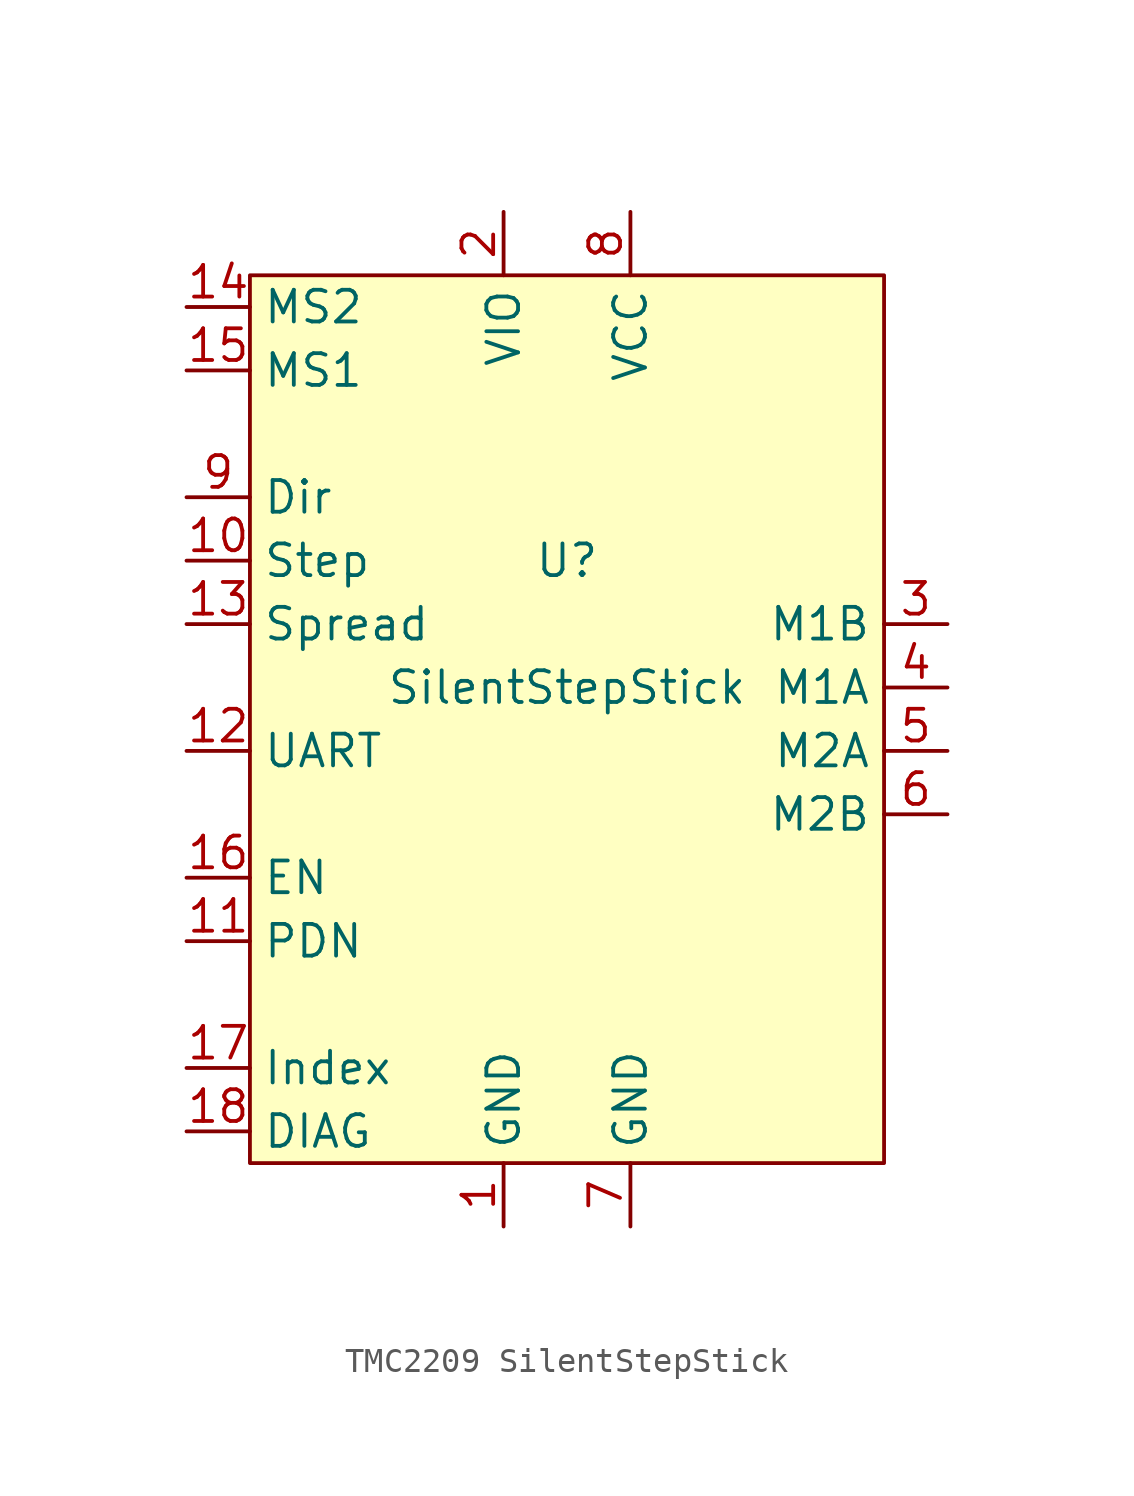
<source format=kicad_sym>
(kicad_symbol_lib
  (version 20231120)
  (generator "kicad_symbol_editor")
  (generator_version "8.0")
  (symbol "TMC2209 SilentStepStick"
    (property "Reference" "U"
      (at 0 6.35 0)
      (effects (font (size 1.27 1.27))))
    (property "Value" "SilentStepStick"
      (at 0 1.27 0)
      (effects (font (size 1.27 1.27))))
    (symbol "TMC2209 SilentStepStick_0_1"
      (rectangle (start -12.7 17.78) (end 12.7 -17.78) (stroke (width 0) (type default)) (fill (type background))))
    (symbol "TMC2209 SilentStepStick_1_1"
      (pin power_in line (at -2.54 -20.32 90) (length 2.54) (name "GND" (effects (font (size 1.27 1.27)))) (number "1" (effects (font (size 1.27 1.27)))))
      (pin input line (at -15.24 6.35 0) (length 2.54) (name "Step" (effects (font (size 1.27 1.27)))) (number "10" (effects (font (size 1.27 1.27)))))
      (pin input line (at -15.24 -8.89 0) (length 2.54) (name "PDN" (effects (font (size 1.27 1.27)))) (number "11" (effects (font (size 1.27 1.27)))))
      (pin bidirectional line (at -15.24 -1.27 0) (length 2.54) (name "UART" (effects (font (size 1.27 1.27)))) (number "12" (effects (font (size 1.27 1.27)))))
      (pin input line (at -15.24 3.81 0) (length 2.54) (name "Spread" (effects (font (size 1.27 1.27)))) (number "13" (effects (font (size 1.27 1.27)))))
      (pin input line (at -15.24 16.51 0) (length 2.54) (name "MS2" (effects (font (size 1.27 1.27)))) (number "14" (effects (font (size 1.27 1.27)))))
      (pin input line (at -15.24 13.97 0) (length 2.54) (name "MS1" (effects (font (size 1.27 1.27)))) (number "15" (effects (font (size 1.27 1.27)))))
      (pin input line (at -15.24 -6.35 0) (length 2.54) (name "EN" (effects (font (size 1.27 1.27)))) (number "16" (effects (font (size 1.27 1.27)))))
      (pin input line (at -15.24 -13.97 0) (length 2.54) (name "Index" (effects (font (size 1.27 1.27)))) (number "17" (effects (font (size 1.27 1.27)))))
      (pin input line (at -15.24 -16.51 0) (length 2.54) (name "DIAG" (effects (font (size 1.27 1.27)))) (number "18" (effects (font (size 1.27 1.27)))))
      (pin power_in line (at -2.54 20.32 270) (length 2.54) (name "VIO" (effects (font (size 1.27 1.27)))) (number "2" (effects (font (size 1.27 1.27)))))
      (pin output line (at 15.24 3.81 180) (length 2.54) (name "M1B" (effects (font (size 1.27 1.27)))) (number "3" (effects (font (size 1.27 1.27)))))
      (pin output line (at 15.24 1.27 180) (length 2.54) (name "M1A" (effects (font (size 1.27 1.27)))) (number "4" (effects (font (size 1.27 1.27)))))
      (pin output line (at 15.24 -1.27 180) (length 2.54) (name "M2A" (effects (font (size 1.27 1.27)))) (number "5" (effects (font (size 1.27 1.27)))))
      (pin output line (at 15.24 -3.81 180) (length 2.54) (name "M2B" (effects (font (size 1.27 1.27)))) (number "6" (effects (font (size 1.27 1.27)))))
      (pin power_in line (at 2.54 -20.32 90) (length 2.54) (name "GND" (effects (font (size 1.27 1.27)))) (number "7" (effects (font (size 1.27 1.27)))))
      (pin power_in line (at 2.54 20.32 270) (length 2.54) (name "VCC" (effects (font (size 1.27 1.27)))) (number "8" (effects (font (size 1.27 1.27)))))
      (pin input line (at -15.24 8.89 0) (length 2.54) (name "Dir" (effects (font (size 1.27 1.27)))) (number "9" (effects (font (size 1.27 1.27))))))))
</source>
